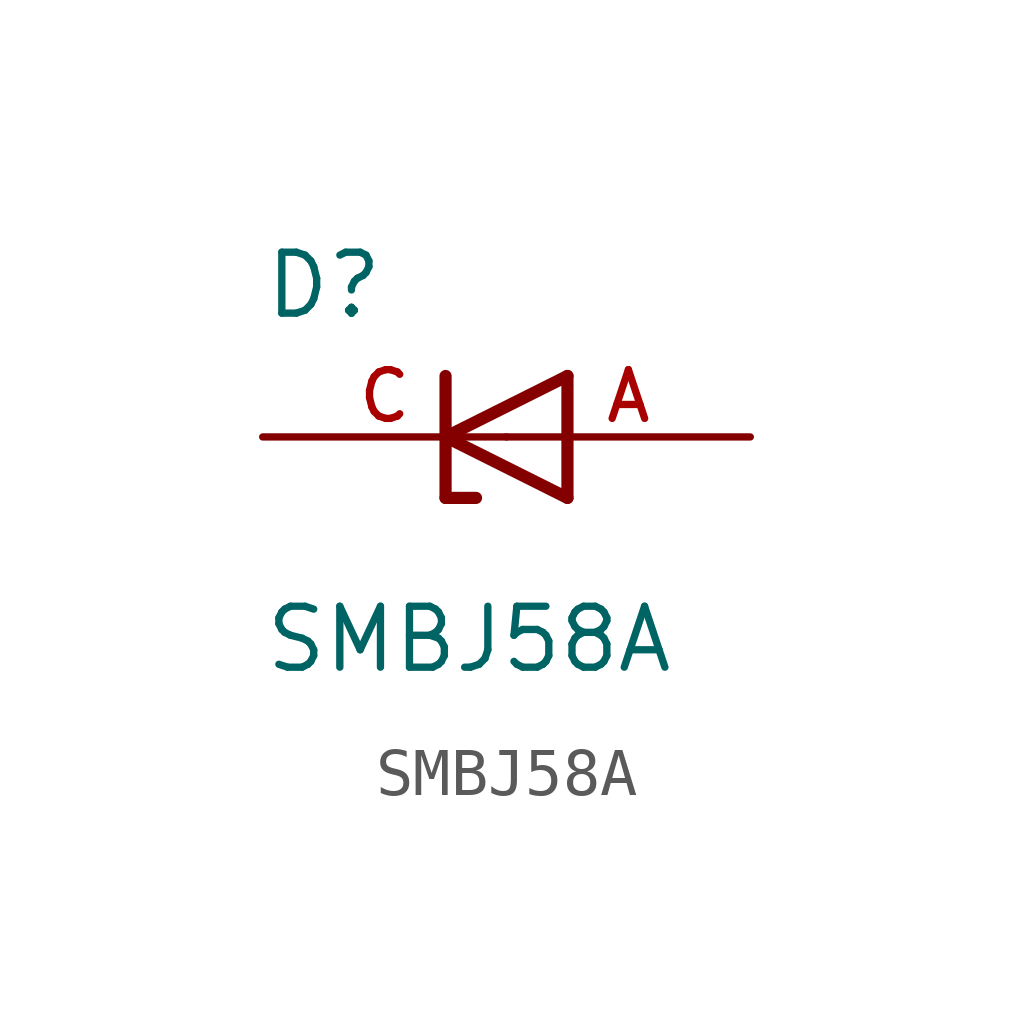
<source format=kicad_sym>
(kicad_symbol_lib
  (version 20211014)
  (generator kicad_symbol_editor)
  (symbol "SMBJ58A"
    (pin_names
      (offset 1.016))
    (property "Reference" "D"
      (at -5.084 2.416 0)
      (effects (font (size 1.27 1.27)) (justify bottom left)))
    (property "Value" "SMBJ58A"
      (at -5.085 -4.961 0)
      (effects (font (size 1.27 1.27)) (justify bottom left)))
    (symbol "SMBJ58A_0_0"
      (polyline (pts (xy 1.27 1.27) (xy -1.27 0.0)) (stroke (width 0.254)))
      (polyline (pts (xy -1.27 0.0) (xy 1.27 -1.27)) (stroke (width 0.254)))
      (polyline (pts (xy -0.635 -1.27) (xy -1.27 -1.27)) (stroke (width 0.254)))
      (polyline (pts (xy -1.27 -1.27) (xy -1.27 0.0)) (stroke (width 0.254)))
      (polyline (pts (xy 1.27 -1.27) (xy 1.27 1.27)) (stroke (width 0.254)))
      (polyline (pts (xy -1.27 0.0) (xy -1.27 1.27)) (stroke (width 0.254)))
      (pin passive line (at 5.08 0.0 180.0) (length 5.08) (name "~" (effects (font (size 1.016 1.016)))) (number "A" (effects (font (size 1.016 1.016)))))
      (pin passive line (at -5.08 0.0 0) (length 5.08) (name "~" (effects (font (size 1.016 1.016)))) (number "C" (effects (font (size 1.016 1.016))))))))
</source>
